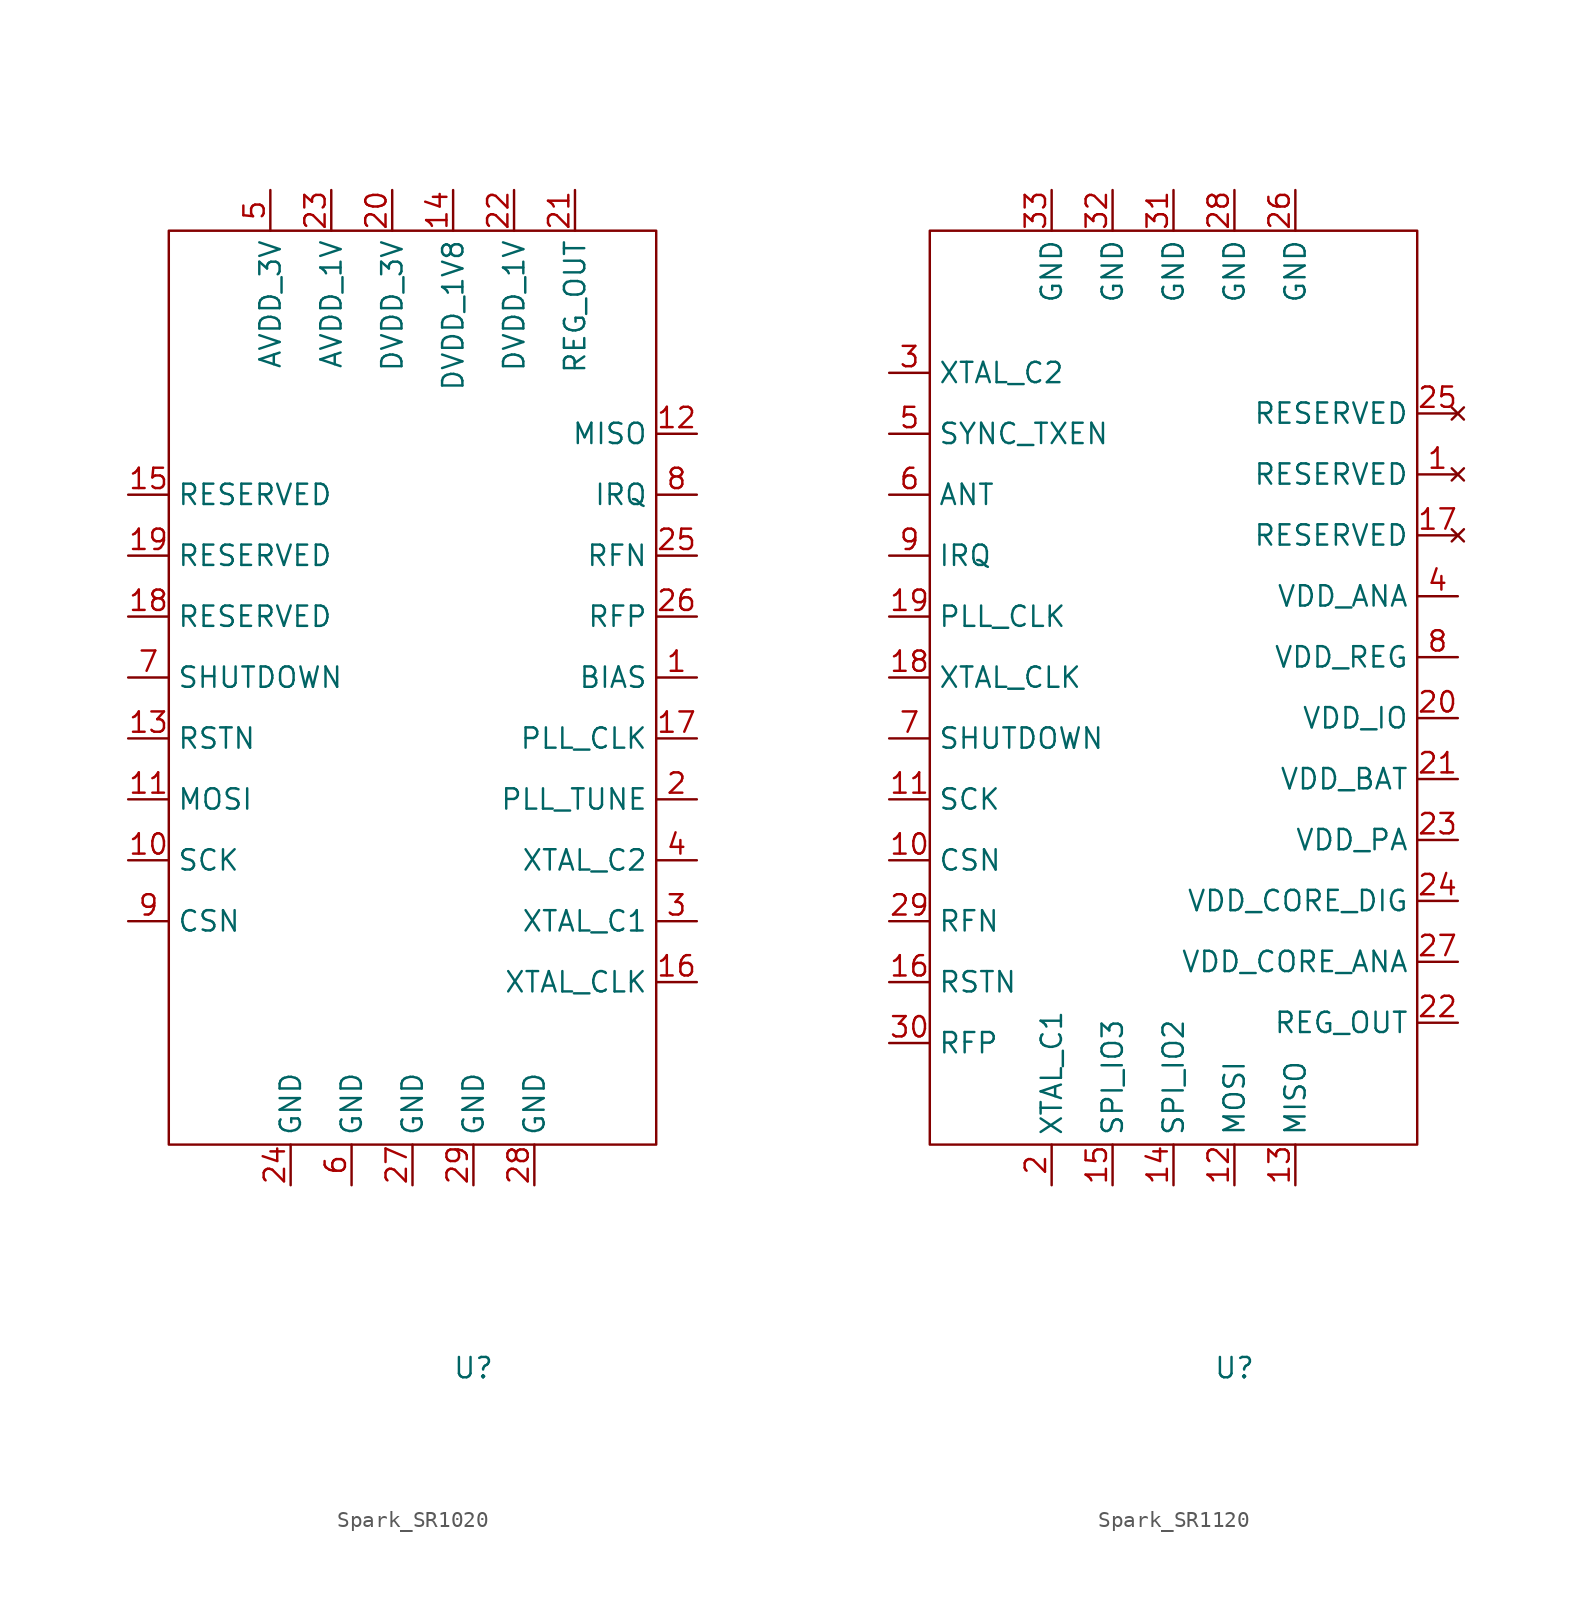
<source format=kicad_sym>
(kicad_symbol_lib
  (version 20241209)
  (generator "kicad_symbol_editor")
  (generator_version "9.0")
  (symbol "Spark_SR1020"
    (property "Reference" "U"
      (at 0 0 0)
      (effects (font (size 1.27 1.27))))
    (property "Value" ""
      (at 0 0 0)
      (effects (font (size 1.27 1.27))))
    (symbol "Spark_SR1020_0_0"
      (pin unspecified line (at -21.59 54.61 0) (length 2.54) (name "RESERVED" (effects (font (size 1.27 1.27)))) (number "15" (effects (font (size 1.27 1.27)))))
      (pin unspecified line (at -21.59 50.8 0) (length 2.54) (name "RESERVED" (effects (font (size 1.27 1.27)))) (number "19" (effects (font (size 1.27 1.27)))))
      (pin unspecified line (at -21.59 46.99 0) (length 2.54) (name "RESERVED" (effects (font (size 1.27 1.27)))) (number "18" (effects (font (size 1.27 1.27)))))
      (pin input line (at -21.59 43.18 0) (length 2.54) (name "SHUTDOWN" (effects (font (size 1.27 1.27)))) (number "7" (effects (font (size 1.27 1.27)))))
      (pin input line (at -21.59 39.37 0) (length 2.54) (name "RSTN" (effects (font (size 1.27 1.27)))) (number "13" (effects (font (size 1.27 1.27)))))
      (pin input line (at -21.59 35.56 0) (length 2.54) (name "MOSI" (effects (font (size 1.27 1.27)))) (number "11" (effects (font (size 1.27 1.27)))))
      (pin input line (at -21.59 31.75 0) (length 2.54) (name "SCK" (effects (font (size 1.27 1.27)))) (number "10" (effects (font (size 1.27 1.27)))))
      (pin input line (at -21.59 27.94 0) (length 2.54) (name "CSN" (effects (font (size 1.27 1.27)))) (number "9" (effects (font (size 1.27 1.27)))))
      (pin power_in line (at -12.7 73.66 270) (length 2.54) (name "AVDD_3V" (effects (font (size 1.27 1.27)))) (number "5" (effects (font (size 1.27 1.27)))))
      (pin power_in line (at -11.43 11.43 90) (length 2.54) (name "GND" (effects (font (size 1.27 1.27)))) (number "24" (effects (font (size 1.27 1.27)))))
      (pin power_in line (at -8.89 73.66 270) (length 2.54) (name "AVDD_1V" (effects (font (size 1.27 1.27)))) (number "23" (effects (font (size 1.27 1.27)))))
      (pin power_in line (at -7.62 11.43 90) (length 2.54) (name "GND" (effects (font (size 1.27 1.27)))) (number "6" (effects (font (size 1.27 1.27)))))
      (pin power_in line (at -5.08 73.66 270) (length 2.54) (name "DVDD_3V" (effects (font (size 1.27 1.27)))) (number "20" (effects (font (size 1.27 1.27)))))
      (pin power_in line (at -3.81 11.43 90) (length 2.54) (name "GND" (effects (font (size 1.27 1.27)))) (number "27" (effects (font (size 1.27 1.27)))))
      (pin power_in line (at -1.27 73.66 270) (length 2.54) (name "DVDD_1V8" (effects (font (size 1.27 1.27)))) (number "14" (effects (font (size 1.27 1.27)))))
      (pin power_in line (at 0 11.43 90) (length 2.54) (name "GND" (effects (font (size 1.27 1.27)))) (number "29" (effects (font (size 1.27 1.27)))))
      (pin power_in line (at 2.54 73.66 270) (length 2.54) (name "DVDD_1V" (effects (font (size 1.27 1.27)))) (number "22" (effects (font (size 1.27 1.27)))))
      (pin power_in line (at 3.81 11.43 90) (length 2.54) (name "GND" (effects (font (size 1.27 1.27)))) (number "28" (effects (font (size 1.27 1.27)))))
      (pin output line (at 13.97 58.42 180) (length 2.54) (name "MISO" (effects (font (size 1.27 1.27)))) (number "12" (effects (font (size 1.27 1.27)))))
      (pin output line (at 13.97 54.61 180) (length 2.54) (name "IRQ" (effects (font (size 1.27 1.27)))) (number "8" (effects (font (size 1.27 1.27)))))
      (pin passive line (at 13.97 50.8 180) (length 2.54) (name "RFN" (effects (font (size 1.27 1.27)))) (number "25" (effects (font (size 1.27 1.27)))))
      (pin passive line (at 13.97 46.99 180) (length 2.54) (name "RFP" (effects (font (size 1.27 1.27)))) (number "26" (effects (font (size 1.27 1.27)))))
      (pin passive line (at 13.97 43.18 180) (length 2.54) (name "BIAS" (effects (font (size 1.27 1.27)))) (number "1" (effects (font (size 1.27 1.27)))))
      (pin passive line (at 13.97 39.37 180) (length 2.54) (name "PLL_CLK" (effects (font (size 1.27 1.27)))) (number "17" (effects (font (size 1.27 1.27)))))
      (pin passive line (at 13.97 35.56 180) (length 2.54) (name "PLL_TUNE" (effects (font (size 1.27 1.27)))) (number "2" (effects (font (size 1.27 1.27)))))
      (pin passive line (at 13.97 31.75 180) (length 2.54) (name "XTAL_C2" (effects (font (size 1.27 1.27)))) (number "4" (effects (font (size 1.27 1.27)))))
      (pin passive line (at 13.97 27.94 180) (length 2.54) (name "XTAL_C1" (effects (font (size 1.27 1.27)))) (number "3" (effects (font (size 1.27 1.27)))))
      (pin passive line (at 13.97 24.13 180) (length 2.54) (name "XTAL_CLK" (effects (font (size 1.27 1.27)))) (number "16" (effects (font (size 1.27 1.27))))))
    (symbol "Spark_SR1020_0_1"
      (rectangle (start 11.43 13.97) (end -19.05 71.12) (stroke (width 0) (type default)) (fill (type none))))
    (symbol "Spark_SR1020_1_0"
      (pin power_in line (at 6.35 73.66 270) (length 2.54) (name "REG_OUT" (effects (font (size 1.27 1.27)))) (number "21" (effects (font (size 1.27 1.27)))))))
  (symbol "Spark_SR1120"
    (property "Reference" "U"
      (at 0 0 0)
      (effects (font (size 1.27 1.27))))
    (property "Value" ""
      (at 0 0 0)
      (effects (font (size 1.27 1.27))))
    (symbol "Spark_SR1120_0_0"
      (pin output line (at -21.59 62.23 0) (length 2.54) (name "XTAL_C2" (effects (font (size 1.27 1.27)))) (number "3" (effects (font (size 1.27 1.27)))))
      (pin output line (at -21.59 58.42 0) (length 2.54) (name "SYNC_TXEN" (effects (font (size 1.27 1.27)))) (number "5" (effects (font (size 1.27 1.27)))))
      (pin output line (at -21.59 54.61 0) (length 2.54) (name "ANT" (effects (font (size 1.27 1.27)))) (number "6" (effects (font (size 1.27 1.27)))))
      (pin output line (at -21.59 46.99 0) (length 2.54) (name "PLL_CLK" (effects (font (size 1.27 1.27)))) (number "19" (effects (font (size 1.27 1.27)))))
      (pin input line (at -21.59 43.18 0) (length 2.54) (name "XTAL_CLK" (effects (font (size 1.27 1.27)))) (number "18" (effects (font (size 1.27 1.27)))))
      (pin input line (at -21.59 39.37 0) (length 2.54) (name "SHUTDOWN" (effects (font (size 1.27 1.27)))) (number "7" (effects (font (size 1.27 1.27)))))
      (pin input line (at -21.59 35.56 0) (length 2.54) (name "SCK" (effects (font (size 1.27 1.27)))) (number "11" (effects (font (size 1.27 1.27)))))
      (pin input line (at -21.59 31.75 0) (length 2.54) (name "CSN" (effects (font (size 1.27 1.27)))) (number "10" (effects (font (size 1.27 1.27)))))
      (pin input line (at -21.59 27.94 0) (length 2.54) (name "RFN" (effects (font (size 1.27 1.27)))) (number "29" (effects (font (size 1.27 1.27)))))
      (pin input line (at -21.59 24.13 0) (length 2.54) (name "RSTN" (effects (font (size 1.27 1.27)))) (number "16" (effects (font (size 1.27 1.27)))))
      (pin input line (at -11.43 11.43 90) (length 2.54) (name "XTAL_C1" (effects (font (size 1.27 1.27)))) (number "2" (effects (font (size 1.27 1.27)))))
      (pin unspecified line (at -7.62 11.43 90) (length 2.54) (name "SPI_IO3" (effects (font (size 1.27 1.27)))) (number "15" (effects (font (size 1.27 1.27)))))
      (pin power_in line (at 0 73.66 270) (length 2.54) (name "GND" (effects (font (size 1.27 1.27)))) (number "28" (effects (font (size 1.27 1.27)))))
      (pin bidirectional line (at 0 11.43 90) (length 2.54) (name "MOSI" (effects (font (size 1.27 1.27)))) (number "12" (effects (font (size 1.27 1.27)))))
      (pin bidirectional line (at 3.81 11.43 90) (length 2.54) (name "MISO" (effects (font (size 1.27 1.27)))) (number "13" (effects (font (size 1.27 1.27)))))
      (pin no_connect line (at 13.97 59.69 180) (length 2.54) (name "RESERVED" (effects (font (size 1.27 1.27)))) (number "25" (effects (font (size 1.27 1.27)))))
      (pin no_connect line (at 13.97 55.88 180) (length 2.54) (name "RESERVED" (effects (font (size 1.27 1.27)))) (number "1" (effects (font (size 1.27 1.27)))))
      (pin no_connect line (at 13.97 52.07 180) (length 2.54) (name "RESERVED" (effects (font (size 1.27 1.27)))) (number "17" (effects (font (size 1.27 1.27)))))
      (pin power_in line (at 13.97 48.26 180) (length 2.54) (name "VDD_ANA" (effects (font (size 1.27 1.27)))) (number "4" (effects (font (size 1.27 1.27)))))
      (pin power_in line (at 13.97 44.45 180) (length 2.54) (name "VDD_REG" (effects (font (size 1.27 1.27)))) (number "8" (effects (font (size 1.27 1.27)))))
      (pin power_in line (at 13.97 40.64 180) (length 2.54) (name "VDD_IO" (effects (font (size 1.27 1.27)))) (number "20" (effects (font (size 1.27 1.27)))))
      (pin power_in line (at 13.97 29.21 180) (length 2.54) (name "VDD_CORE_DIG" (effects (font (size 1.27 1.27)))) (number "24" (effects (font (size 1.27 1.27)))))
      (pin power_in line (at 13.97 25.4 180) (length 2.54) (name "VDD_CORE_ANA" (effects (font (size 1.27 1.27)))) (number "27" (effects (font (size 1.27 1.27)))))
      (pin power_out line (at 13.97 21.59 180) (length 2.54) (name "REG_OUT" (effects (font (size 1.27 1.27)))) (number "22" (effects (font (size 1.27 1.27))))))
    (symbol "Spark_SR1120_0_1"
      (rectangle (start -19.05 71.12) (end 11.43 13.97) (stroke (width 0) (type default)) (fill (type none))))
    (symbol "Spark_SR1120_1_0"
      (pin output line (at -21.59 50.8 0) (length 2.54) (name "IRQ" (effects (font (size 1.27 1.27)))) (number "9" (effects (font (size 1.27 1.27)))))
      (pin input line (at -21.59 20.32 0) (length 2.54) (name "RFP" (effects (font (size 1.27 1.27)))) (number "30" (effects (font (size 1.27 1.27)))))
      (pin power_in line (at -11.43 73.66 270) (length 2.54) (name "GND" (effects (font (size 1.27 1.27)))) (number "33" (effects (font (size 1.27 1.27)))))
      (pin power_in line (at -7.62 73.66 270) (length 2.54) (name "GND" (effects (font (size 1.27 1.27)))) (number "32" (effects (font (size 1.27 1.27)))))
      (pin power_in line (at -3.81 73.66 270) (length 2.54) (name "GND" (effects (font (size 1.27 1.27)))) (number "31" (effects (font (size 1.27 1.27)))))
      (pin bidirectional line (at -3.81 11.43 90) (length 2.54) (name "SPI_IO2" (effects (font (size 1.27 1.27)))) (number "14" (effects (font (size 1.27 1.27)))))
      (pin power_in line (at 3.81 73.66 270) (length 2.54) (name "GND" (effects (font (size 1.27 1.27)))) (number "26" (effects (font (size 1.27 1.27)))))
      (pin power_in line (at 13.97 36.83 180) (length 2.54) (name "VDD_BAT" (effects (font (size 1.27 1.27)))) (number "21" (effects (font (size 1.27 1.27)))))
      (pin power_in line (at 13.97 33.02 180) (length 2.54) (name "VDD_PA" (effects (font (size 1.27 1.27)))) (number "23" (effects (font (size 1.27 1.27))))))))
</source>
